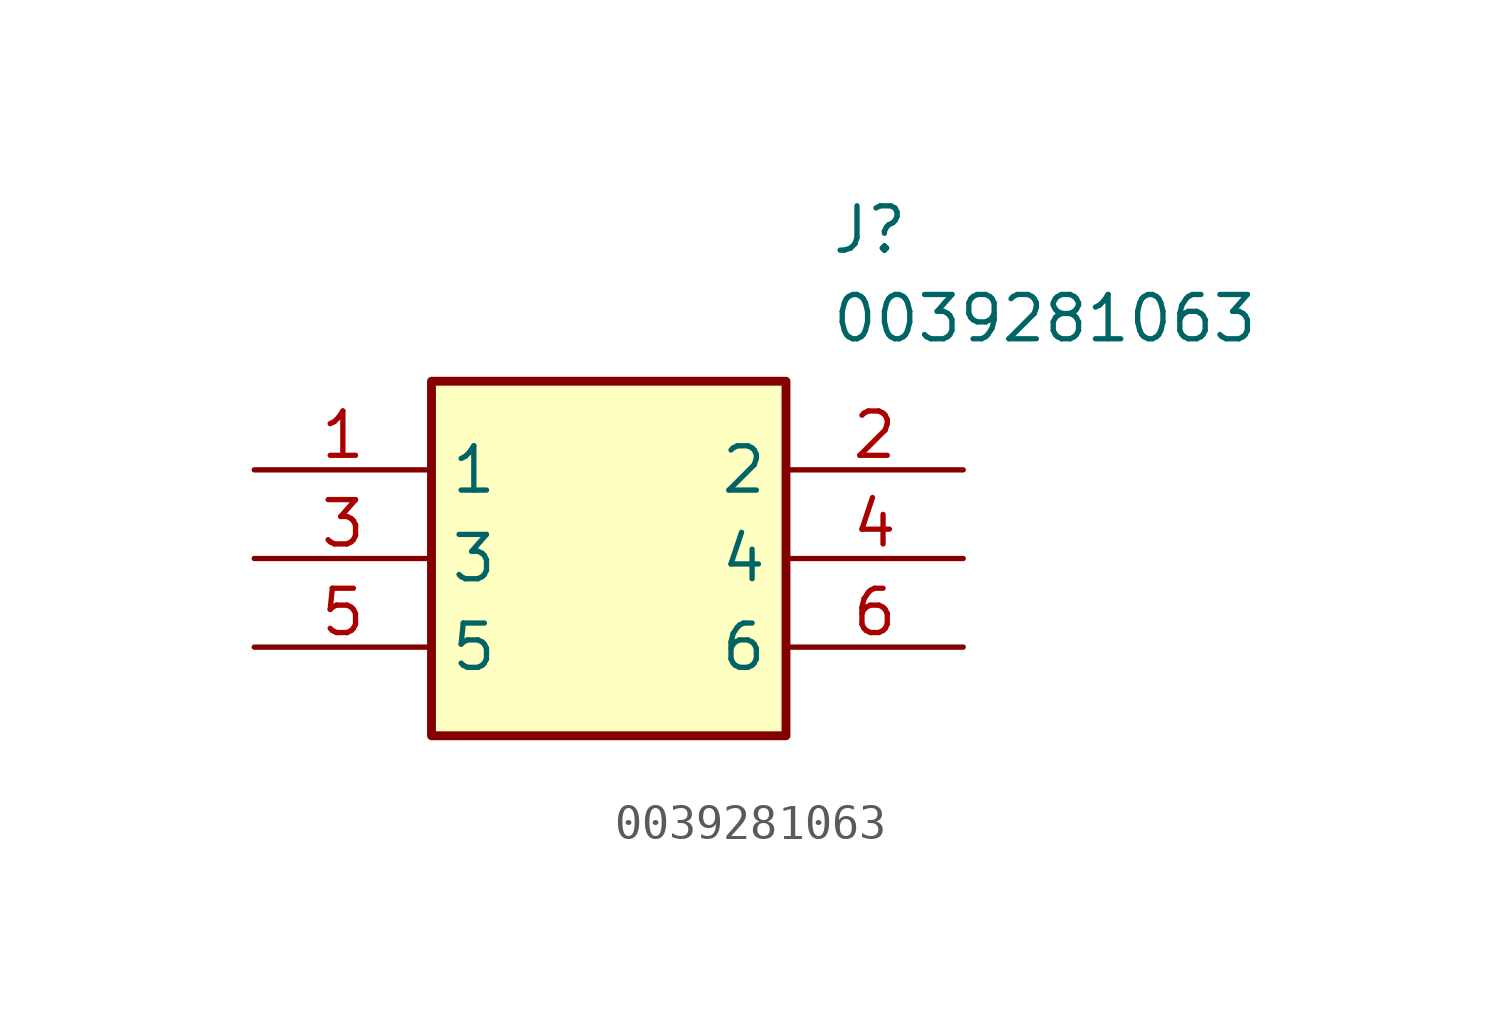
<source format=kicad_sym>
(kicad_symbol_lib
  (version 20211014)
  (generator SamacSys_ECAD_Model)
  (symbol "0039281063"
    (property "Reference" "J"
      (at 16.51 7.62 0)
      (effects (font (size 1.27 1.27)) (justify left top)))
    (property "Value" "0039281063"
      (at 16.51 5.08 0)
      (effects (font (size 1.27 1.27)) (justify left top)))
    (rectangle
      (start 5.08 2.54)
      (end 15.24 -7.62)
      (stroke (width 0.254) (type default))
      (fill (type background)))
    (pin passive line
      (at 0 0 0)
      (length 5.08)
      (name "1" (effects (font (size 1.27 1.27))))
      (number "1" (effects (font (size 1.27 1.27)))))
    (pin passive line
      (at 0 -2.54 0)
      (length 5.08)
      (name "3" (effects (font (size 1.27 1.27))))
      (number "3" (effects (font (size 1.27 1.27)))))
    (pin passive line
      (at 0 -5.08 0)
      (length 5.08)
      (name "5" (effects (font (size 1.27 1.27))))
      (number "5" (effects (font (size 1.27 1.27)))))
    (pin passive line
      (at 20.32 0 180)
      (length 5.08)
      (name "2" (effects (font (size 1.27 1.27))))
      (number "2" (effects (font (size 1.27 1.27)))))
    (pin passive line
      (at 20.32 -2.54 180)
      (length 5.08)
      (name "4" (effects (font (size 1.27 1.27))))
      (number "4" (effects (font (size 1.27 1.27)))))
    (pin passive line
      (at 20.32 -5.08 180)
      (length 5.08)
      (name "6" (effects (font (size 1.27 1.27))))
      (number "6" (effects (font (size 1.27 1.27)))))))
</source>
